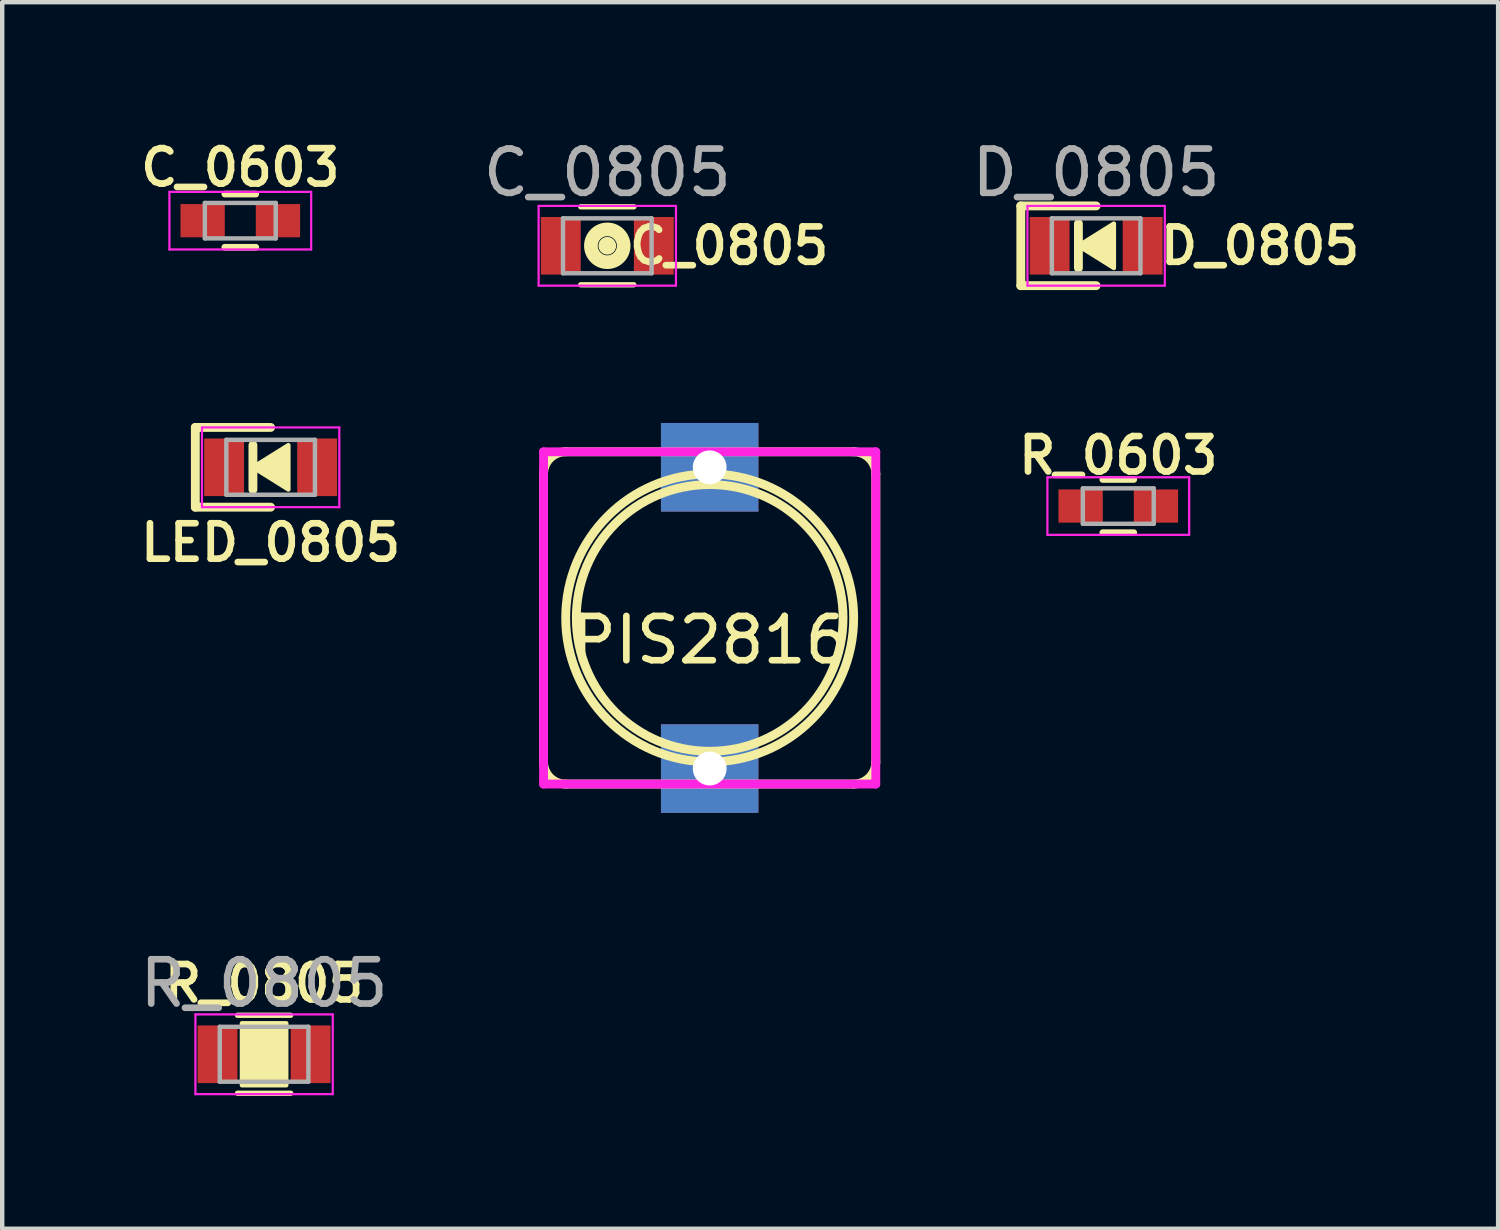
<source format=kicad_pcb>
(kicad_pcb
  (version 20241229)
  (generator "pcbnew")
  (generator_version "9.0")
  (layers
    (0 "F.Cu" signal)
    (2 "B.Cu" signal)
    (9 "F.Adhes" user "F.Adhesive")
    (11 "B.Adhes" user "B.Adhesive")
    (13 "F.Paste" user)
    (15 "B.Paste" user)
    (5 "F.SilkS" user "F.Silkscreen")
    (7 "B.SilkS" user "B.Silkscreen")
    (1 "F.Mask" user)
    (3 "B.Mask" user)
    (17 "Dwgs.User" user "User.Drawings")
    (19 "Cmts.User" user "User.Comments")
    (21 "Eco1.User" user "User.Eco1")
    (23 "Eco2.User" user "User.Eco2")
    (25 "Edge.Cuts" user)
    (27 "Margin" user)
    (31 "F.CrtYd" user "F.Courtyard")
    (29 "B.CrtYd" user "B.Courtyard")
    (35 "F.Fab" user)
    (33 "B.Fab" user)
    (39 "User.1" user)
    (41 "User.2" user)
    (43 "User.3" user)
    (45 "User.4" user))
  (footprint "D_0805"
    (layer "F.Cu")
    (at 21.692 2.498)
    (property "Reference" "D_0805" (at 3.7 0 0) (layer "F.SilkS") (effects (font (size 0.8 0.8) (thickness 0.15))))
    (attr smd)
    (fp_line (start -1.7 -0.9) (end -1.7 0.9) (stroke (width 0.2) (type solid)) (layer "F.SilkS"))
    (fp_line (start -1.7 0.9) (end 0 0.9) (stroke (width 0.2) (type solid)) (layer "F.SilkS"))
    (fp_line (start -0.4 -0.5) (end -0.4 0.5) (stroke (width 0.2) (type solid)) (layer "F.SilkS"))
    (fp_line (start 0 -0.9) (end -1.7 -0.9) (stroke (width 0.2) (type solid)) (layer "F.SilkS"))
    (fp_poly (pts (xy -0.4 0) (xy 0.4 -0.5) (xy 0.4 0.5)) (stroke (width 0.1) (type solid)) (fill yes) (layer "F.SilkS"))
    (fp_line (start -1.55 -0.9) (end -1.55 0.9) (stroke (width 0.05) (type solid)) (layer "F.CrtYd"))
    (fp_line (start -1.55 -0.9) (end 1.55 -0.9) (stroke (width 0.05) (type solid)) (layer "F.CrtYd"))
    (fp_line (start 1.55 0.9) (end -1.55 0.9) (stroke (width 0.05) (type solid)) (layer "F.CrtYd"))
    (fp_line (start 1.55 0.9) (end 1.55 -0.9) (stroke (width 0.05) (type solid)) (layer "F.CrtYd"))
    (fp_line (start -1 -0.62) (end 1 -0.62) (stroke (width 0.1) (type solid)) (layer "F.Fab"))
    (fp_line (start -1 0.62) (end -1 -0.62) (stroke (width 0.1) (type solid)) (layer "F.Fab"))
    (fp_line (start 1 -0.62) (end 1 0.62) (stroke (width 0.1) (type solid)) (layer "F.Fab"))
    (fp_line (start 1 0.62) (end -1 0.62) (stroke (width 0.1) (type solid)) (layer "F.Fab"))
    (fp_text user "${REFERENCE}" (at 0 -1.65 0) (layer "F.Fab") (effects (font (size 1 1) (thickness 0.15))))
    (pad "1" smd rect (at -1.05 0) (size 0.9 1.3) (layers "F.Cu" "F.Mask" "F.Paste"))
    (pad "2" smd rect (at 1.05 0) (size 0.9 1.3) (layers "F.Cu" "F.Mask" "F.Paste")))
  (footprint "C_0805"
    (layer "F.Cu")
    (at 10.658 2.498)
    (property "Reference" "C_0805" (at 2.75 0 0) (layer "F.SilkS") (effects (font (size 0.8 0.8) (thickness 0.15))))
    (attr smd)
    (fp_line (start -0.6 -0.88) (end 0.6 -0.88) (stroke (width 0.12) (type solid)) (layer "F.SilkS"))
    (fp_line (start 0.6 0.88) (end -0.6 0.88) (stroke (width 0.12) (type solid)) (layer "F.SilkS"))
    (fp_circle (center 0 0) (end 0.1 0) (stroke (width 0.2) (type solid)) (fill no) (layer "F.SilkS"))
    (fp_circle (center 0 0) (end 0.3 0.1) (stroke (width 0.2) (type solid)) (fill no) (layer "F.SilkS"))
    (fp_circle (center 0 0) (end 0.3 0.3) (stroke (width 0.2) (type solid)) (fill no) (layer "F.SilkS"))
    (fp_line (start -1.55 -0.9) (end -1.55 0.9) (stroke (width 0.05) (type solid)) (layer "F.CrtYd"))
    (fp_line (start -1.55 -0.9) (end 1.55 -0.9) (stroke (width 0.05) (type solid)) (layer "F.CrtYd"))
    (fp_line (start 1.55 0.9) (end -1.55 0.9) (stroke (width 0.05) (type solid)) (layer "F.CrtYd"))
    (fp_line (start 1.55 0.9) (end 1.55 -0.9) (stroke (width 0.05) (type solid)) (layer "F.CrtYd"))
    (fp_line (start -1 -0.62) (end 1 -0.62) (stroke (width 0.1) (type solid)) (layer "F.Fab"))
    (fp_line (start -1 0.62) (end -1 -0.62) (stroke (width 0.1) (type solid)) (layer "F.Fab"))
    (fp_line (start 1 -0.62) (end 1 0.62) (stroke (width 0.1) (type solid)) (layer "F.Fab"))
    (fp_line (start 1 0.62) (end -1 0.62) (stroke (width 0.1) (type solid)) (layer "F.Fab"))
    (fp_text user "${REFERENCE}" (at 0 -1.65 0) (layer "F.Fab") (effects (font (size 1 1) (thickness 0.15))))
    (pad "1" smd rect (at -1.05 0) (size 0.9 1.3) (layers "F.Cu" "F.Mask" "F.Paste"))
    (pad "2" smd rect (at 1.05 0) (size 0.9 1.3) (layers "F.Cu" "F.Mask" "F.Paste")))
  (footprint "R_0805"
    (layer "F.Cu")
    (at 2.911 20.747)
    (property "Reference" "R_0805" (at 0 -1.6 0) (layer "F.SilkS") (effects (font (size 0.8 0.8) (thickness 0.15))))
    (attr smd)
    (fp_line (start -0.6 -0.88) (end 0.6 -0.88) (stroke (width 0.12) (type solid)) (layer "F.SilkS"))
    (fp_line (start 0.6 0.88) (end -0.6 0.88) (stroke (width 0.12) (type solid)) (layer "F.SilkS"))
    (fp_poly (pts (xy -0.5 -0.7) (xy 0.5 -0.7) (xy 0.5 0.7) (xy -0.5 0.7) (xy -0.5 0.1)) (stroke (width 0.1) (type solid)) (fill yes) (layer "F.SilkS"))
    (fp_line (start -1.55 -0.9) (end -1.55 0.9) (stroke (width 0.05) (type solid)) (layer "F.CrtYd"))
    (fp_line (start -1.55 -0.9) (end 1.55 -0.9) (stroke (width 0.05) (type solid)) (layer "F.CrtYd"))
    (fp_line (start 1.55 0.9) (end -1.55 0.9) (stroke (width 0.05) (type solid)) (layer "F.CrtYd"))
    (fp_line (start 1.55 0.9) (end 1.55 -0.9) (stroke (width 0.05) (type solid)) (layer "F.CrtYd"))
    (fp_line (start -1 -0.62) (end 1 -0.62) (stroke (width 0.1) (type solid)) (layer "F.Fab"))
    (fp_line (start -1 0.62) (end -1 -0.62) (stroke (width 0.1) (type solid)) (layer "F.Fab"))
    (fp_line (start 1 -0.62) (end 1 0.62) (stroke (width 0.1) (type solid)) (layer "F.Fab"))
    (fp_line (start 1 0.62) (end -1 0.62) (stroke (width 0.1) (type solid)) (layer "F.Fab"))
    (fp_text user "${REFERENCE}" (at 0 -1.6 0) (layer "F.Fab") (effects (font (size 1 1) (thickness 0.15))))
    (pad "1" smd rect (at -1.05 0) (size 0.9 1.3) (layers "F.Cu" "F.Mask" "F.Paste"))
    (pad "2" smd rect (at 1.05 0) (size 0.9 1.3) (layers "F.Cu" "F.Mask" "F.Paste")))
  (footprint "LED_0805"
    (layer "F.Cu")
    (at 3.059 7.498)
    (property "Reference" "LED_0805" (at 0 1.7 0) (layer "F.SilkS") (effects (font (size 0.8 0.8) (thickness 0.15))))
    (attr through_hole)
    (fp_line (start -1.7 -0.9) (end -1.7 0.9) (stroke (width 0.2) (type solid)) (layer "F.SilkS"))
    (fp_line (start -1.7 0.9) (end 0 0.9) (stroke (width 0.2) (type solid)) (layer "F.SilkS"))
    (fp_line (start -0.4 -0.5) (end -0.4 0.5) (stroke (width 0.2) (type solid)) (layer "F.SilkS"))
    (fp_line (start 0 -0.9) (end -1.7 -0.9) (stroke (width 0.2) (type solid)) (layer "F.SilkS"))
    (fp_poly (pts (xy -0.4 0) (xy 0.4 -0.5) (xy 0.4 0.5)) (stroke (width 0.1) (type solid)) (fill yes) (layer "F.SilkS"))
    (fp_line (start -1.55 -0.9) (end -1.55 0.9) (stroke (width 0.05) (type solid)) (layer "F.CrtYd"))
    (fp_line (start -1.55 -0.9) (end 1.55 -0.9) (stroke (width 0.05) (type solid)) (layer "F.CrtYd"))
    (fp_line (start 1.55 0.9) (end -1.55 0.9) (stroke (width 0.05) (type solid)) (layer "F.CrtYd"))
    (fp_line (start 1.55 0.9) (end 1.55 -0.9) (stroke (width 0.05) (type solid)) (layer "F.CrtYd"))
    (fp_line (start -1 -0.62) (end 1 -0.62) (stroke (width 0.1) (type solid)) (layer "F.Fab"))
    (fp_line (start -1 0.62) (end -1 -0.62) (stroke (width 0.1) (type solid)) (layer "F.Fab"))
    (fp_line (start 1 -0.62) (end 1 0.62) (stroke (width 0.1) (type solid)) (layer "F.Fab"))
    (fp_line (start 1 0.62) (end -1 0.62) (stroke (width 0.1) (type solid)) (layer "F.Fab"))
    (pad "1" smd rect (at -1.05 0) (size 0.9 1.3) (layers "F.Cu" "F.Mask" "F.Paste"))
    (pad "2" smd rect (at 1.05 0) (size 0.9 1.3) (layers "F.Cu" "F.Mask" "F.Paste")))
  (footprint "C_0603"
    (layer "F.Cu")
    (at 2.374 1.931)
    (property "Reference" "C_0603" (at 0 -1.2 0) (layer "F.SilkS") (effects (font (size 0.8 0.8) (thickness 0.15))))
    (attr through_hole)
    (fp_line (start -0.35 -0.6) (end 0.35 -0.6) (stroke (width 0.15) (type solid)) (layer "F.SilkS"))
    (fp_line (start 0.35 0.6) (end -0.35 0.6) (stroke (width 0.15) (type solid)) (layer "F.SilkS"))
    (fp_line (start -1.6 -0.65) (end -1.6 0.65) (stroke (width 0.05) (type solid)) (layer "F.CrtYd"))
    (fp_line (start -1.6 -0.65) (end 1.6 -0.65) (stroke (width 0.05) (type solid)) (layer "F.CrtYd"))
    (fp_line (start 1.6 0.65) (end -1.6 0.65) (stroke (width 0.05) (type solid)) (layer "F.CrtYd"))
    (fp_line (start 1.6 0.65) (end 1.6 -0.65) (stroke (width 0.05) (type solid)) (layer "F.CrtYd"))
    (fp_line (start -0.8 -0.4) (end 0.8 -0.4) (stroke (width 0.1) (type solid)) (layer "F.Fab"))
    (fp_line (start -0.8 0.4) (end -0.8 -0.4) (stroke (width 0.1) (type solid)) (layer "F.Fab"))
    (fp_line (start 0.8 -0.4) (end 0.8 0.4) (stroke (width 0.1) (type solid)) (layer "F.Fab"))
    (fp_line (start 0.8 0.4) (end -0.8 0.4) (stroke (width 0.1) (type solid)) (layer "F.Fab"))
    (pad "1" smd rect (at -0.85 0) (size 1 0.75) (layers "F.Cu" "F.Mask" "F.Paste"))
    (pad "2" smd rect (at 0.85 0) (size 1 0.75) (layers "F.Cu" "F.Mask" "F.Paste")))
  (footprint "PIS2816"
    (layer "F.Cu")
    (at 12.969 10.898)
    (property "Reference" "PIS2816" (at 0 0.5 0) (layer "F.SilkS") (effects (font (size 1 1) (thickness 0.15))))
    (attr through_hole)
    (fp_line (start -3.75 3.25) (end -3.75 -3.25) (stroke (width 0.2) (type solid)) (layer "F.SilkS"))
    (fp_line (start -3.25 -3.75) (end 3.25 -3.75) (stroke (width 0.2) (type solid)) (layer "F.SilkS"))
    (fp_line (start 3.25 3.75) (end -3.25 3.75) (stroke (width 0.2) (type solid)) (layer "F.SilkS"))
    (fp_line (start 3.75 -3.25) (end 3.75 3.25) (stroke (width 0.2) (type solid)) (layer "F.SilkS"))
    (fp_arc (start -3.75 -3.25) (mid -3.603553 -3.603553) (end -3.25 -3.75) (stroke (width 0.2) (type solid)) (layer "F.SilkS"))
    (fp_arc (start -3.25 3.75) (mid -3.603553 3.603553) (end -3.75 3.25) (stroke (width 0.2) (type solid)) (layer "F.SilkS"))
    (fp_arc (start 3.25 -3.75) (mid 3.603553 -3.603553) (end 3.75 -3.25) (stroke (width 0.2) (type solid)) (layer "F.SilkS"))
    (fp_arc (start 3.75 3.25) (mid 3.603553 3.603553) (end 3.25 3.75) (stroke (width 0.2) (type solid)) (layer "F.SilkS"))
    (fp_circle (center 0 0) (end 3 0.25) (stroke (width 0.2) (type solid)) (fill no) (layer "F.SilkS"))
    (fp_circle (center 0 0) (end 3.25 0) (stroke (width 0.2) (type solid)) (fill no) (layer "F.SilkS"))
    (fp_line (start -3.75 -3.75) (end 3.75 -3.75) (stroke (width 0.2) (type solid)) (layer "F.CrtYd"))
    (fp_line (start -3.75 3.75) (end -3.75 -3.75) (stroke (width 0.2) (type solid)) (layer "F.CrtYd"))
    (fp_line (start 3.75 -3.75) (end 3.75 3.75) (stroke (width 0.2) (type solid)) (layer "F.CrtYd"))
    (fp_line (start 3.75 3.75) (end -3.75 3.75) (stroke (width 0.2) (type solid)) (layer "F.CrtYd"))
    (pad "1" thru_hole rect (at 0 -3.4) (size 2.2 2) (drill 0.762) (layers "*.Cu" "*.Mask"))
    (pad "2" thru_hole rect (at 0 3.4) (size 2.2 2) (drill 0.762) (layers "*.Cu" "*.Mask")))
  (footprint "R_0603"
    (layer "F.Cu")
    (at 22.192 8.373)
    (property "Reference" "R_0603" (at 0 -1.143 0) (layer "F.SilkS") (effects (font (size 0.8 0.8) (thickness 0.15))))
    (attr through_hole)
    (fp_line (start -0.35 -0.6) (end 0.35 -0.6) (stroke (width 0.15) (type solid)) (layer "F.SilkS"))
    (fp_line (start 0.35 0.6) (end -0.35 0.6) (stroke (width 0.15) (type solid)) (layer "F.SilkS"))
    (fp_line (start -1.6 -0.65) (end -1.6 0.65) (stroke (width 0.05) (type solid)) (layer "F.CrtYd"))
    (fp_line (start -1.6 -0.65) (end 1.6 -0.65) (stroke (width 0.05) (type solid)) (layer "F.CrtYd"))
    (fp_line (start 1.6 0.65) (end -1.6 0.65) (stroke (width 0.05) (type solid)) (layer "F.CrtYd"))
    (fp_line (start 1.6 0.65) (end 1.6 -0.65) (stroke (width 0.05) (type solid)) (layer "F.CrtYd"))
    (fp_line (start -0.8 -0.4) (end 0.8 -0.4) (stroke (width 0.1) (type solid)) (layer "F.Fab"))
    (fp_line (start -0.8 0.4) (end -0.8 -0.4) (stroke (width 0.1) (type solid)) (layer "F.Fab"))
    (fp_line (start 0.8 -0.4) (end 0.8 0.4) (stroke (width 0.1) (type solid)) (layer "F.Fab"))
    (fp_line (start 0.8 0.4) (end -0.8 0.4) (stroke (width 0.1) (type solid)) (layer "F.Fab"))
    (pad "1" smd rect (at -0.85 0) (size 1 0.75) (layers "F.Cu" "F.Mask" "F.Paste"))
    (pad "2" smd rect (at 0.85 0) (size 1 0.75) (layers "F.Cu" "F.Mask" "F.Paste")))
  (gr_rect
    (start -3 -3)
    (end 30.766 24.686)
    (stroke (width 0.1) (type default))
    (fill no)
    (layer "Edge.Cuts")))
</source>
